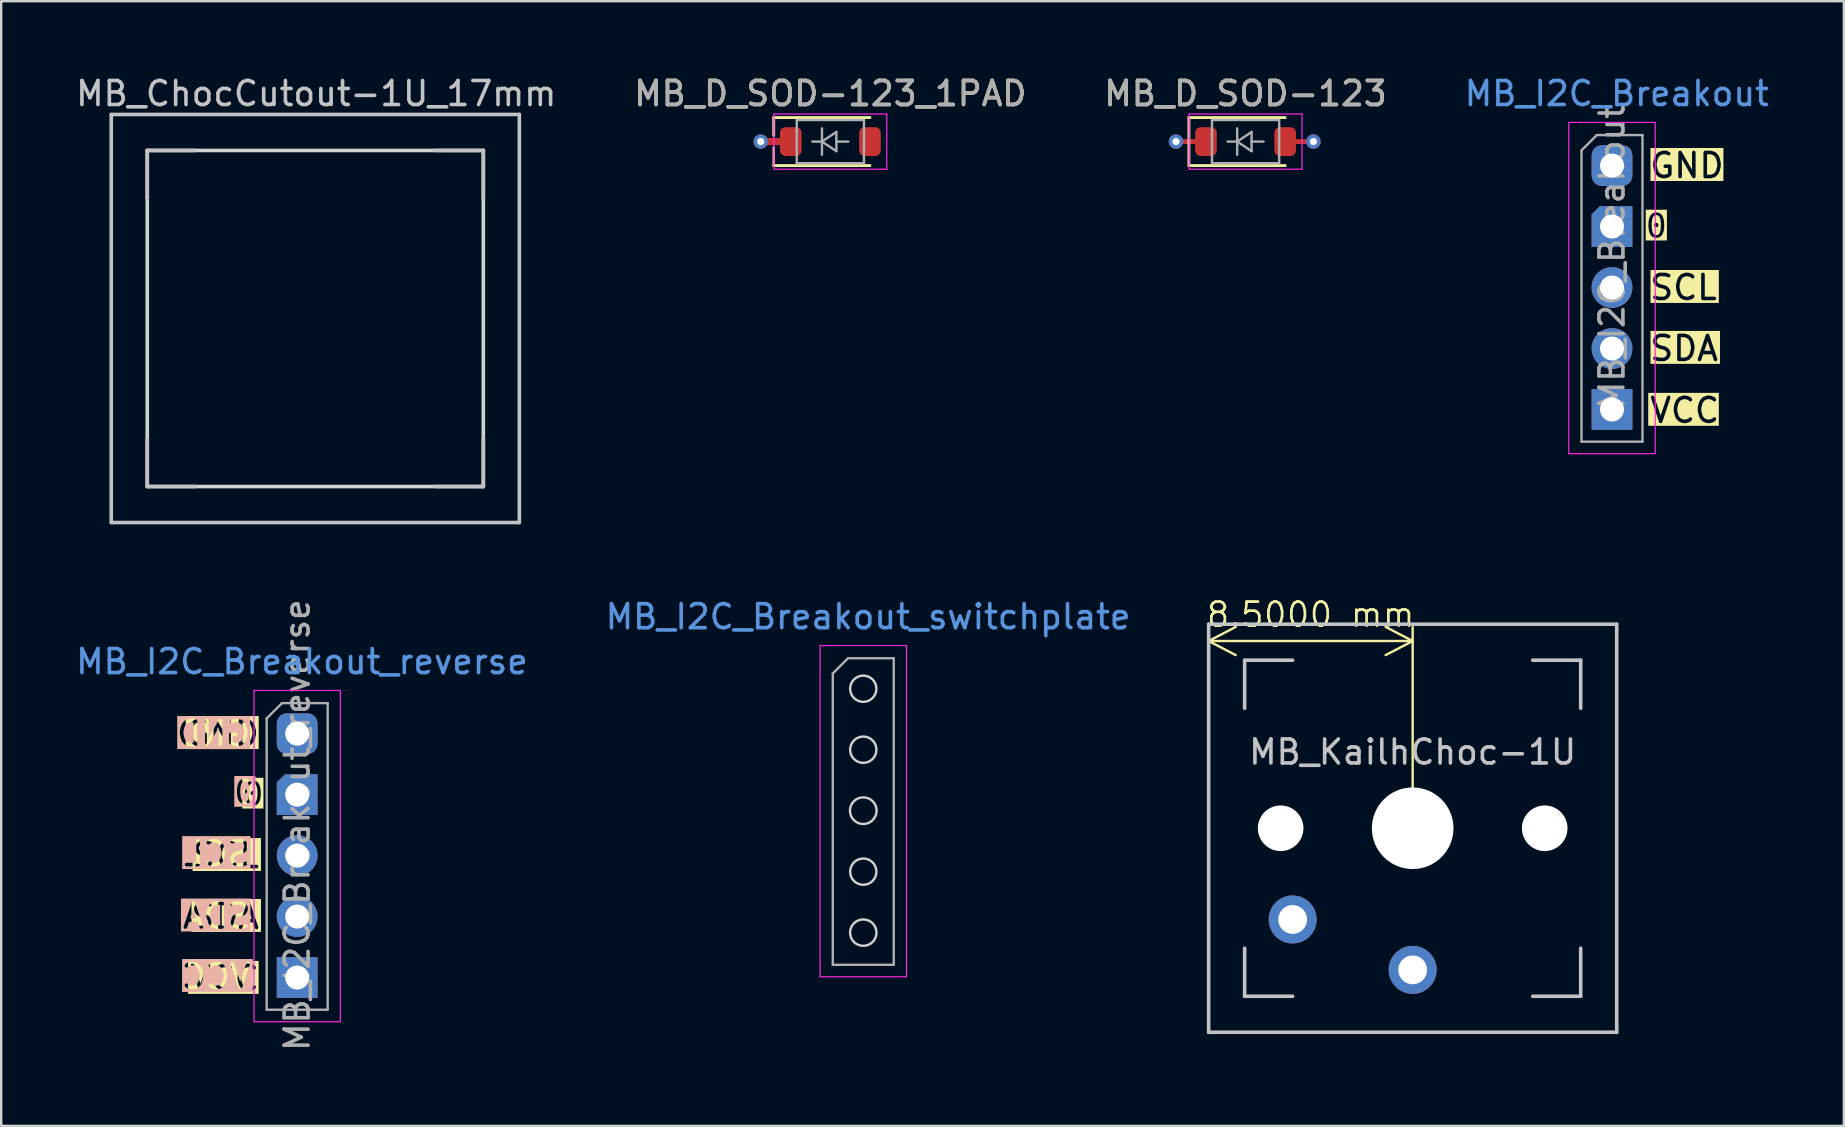
<source format=kicad_pcb>
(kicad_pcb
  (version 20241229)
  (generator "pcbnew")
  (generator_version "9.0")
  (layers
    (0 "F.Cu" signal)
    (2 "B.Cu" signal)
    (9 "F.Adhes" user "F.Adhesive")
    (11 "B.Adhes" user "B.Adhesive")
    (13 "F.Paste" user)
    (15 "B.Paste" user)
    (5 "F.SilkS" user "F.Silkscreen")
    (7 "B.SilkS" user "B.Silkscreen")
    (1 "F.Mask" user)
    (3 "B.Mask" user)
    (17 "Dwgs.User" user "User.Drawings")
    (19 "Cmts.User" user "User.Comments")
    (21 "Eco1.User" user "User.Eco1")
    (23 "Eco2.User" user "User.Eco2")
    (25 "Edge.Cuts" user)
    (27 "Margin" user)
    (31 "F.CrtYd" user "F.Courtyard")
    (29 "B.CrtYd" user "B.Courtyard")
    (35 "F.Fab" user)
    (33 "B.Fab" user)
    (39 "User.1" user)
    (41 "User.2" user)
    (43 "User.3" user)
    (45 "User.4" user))
  (footprint "MB_I2C_Breakout_switchplate"
    (layer "F.Cu")
    (at 32.913 25.642)
    (property "Reference" "MB_I2C_Breakout_switchplate" (at 0.2 -3 0) (layer "Cmts.User") (effects (font (size 1 1) (thickness 0.15))))
    (attr through_hole)
    (fp_circle (center 0 0) (end 0.547 0) (stroke (width 0.1) (type default)) (fill no) (layer "Edge.Cuts"))
    (fp_circle (center 0 2.54) (end 0.548 2.54) (stroke (width 0.1) (type default)) (fill no) (layer "Edge.Cuts"))
    (fp_circle (center 0 5.08) (end 0.555 5.08) (stroke (width 0.1) (type default)) (fill no) (layer "Edge.Cuts"))
    (fp_circle (center 0 7.62) (end 0.547 7.62) (stroke (width 0.1) (type default)) (fill no) (layer "Edge.Cuts"))
    (fp_circle (center 0 10.16) (end 0.55 10.16) (stroke (width 0.1) (type default)) (fill no) (layer "Edge.Cuts"))
    (fp_line (start -1.8 -1.8) (end -1.8 12) (stroke (width 0.05) (type solid)) (layer "F.CrtYd"))
    (fp_line (start -1.8 12) (end 1.8 12) (stroke (width 0.05) (type solid)) (layer "F.CrtYd"))
    (fp_line (start 1.8 -1.8) (end -1.8 -1.8) (stroke (width 0.05) (type solid)) (layer "F.CrtYd"))
    (fp_line (start 1.8 12) (end 1.8 -1.8) (stroke (width 0.05) (type solid)) (layer "F.CrtYd"))
    (fp_line (start -1.27 -0.635) (end -0.635 -1.27) (stroke (width 0.1) (type solid)) (layer "F.Fab"))
    (fp_line (start -1.27 11.5) (end -1.27 -0.635) (stroke (width 0.1) (type solid)) (layer "F.Fab"))
    (fp_line (start -0.635 -1.27) (end 1.27 -1.27) (stroke (width 0.1) (type solid)) (layer "F.Fab"))
    (fp_line (start 1.27 -1.27) (end 1.27 11.5) (stroke (width 0.1) (type solid)) (layer "F.Fab"))
    (fp_line (start 1.27 11.5) (end -1.27 11.5) (stroke (width 0.1) (type solid)) (layer "F.Fab")))
  (footprint "MB_I2C_Breakout"
    (layer "F.Cu")
    (at 64.104 3.848)
    (property "Reference" "MB_I2C_Breakout" (at 0.2 -3 0) (layer "Cmts.User") (effects (font (size 1 1) (thickness 0.15))))
    (attr through_hole)
    (fp_line (start -1.8 -1.8) (end -1.8 12) (stroke (width 0.05) (type solid)) (layer "F.CrtYd"))
    (fp_line (start -1.8 12) (end 1.8 12) (stroke (width 0.05) (type solid)) (layer "F.CrtYd"))
    (fp_line (start 1.8 -1.8) (end -1.8 -1.8) (stroke (width 0.05) (type solid)) (layer "F.CrtYd"))
    (fp_line (start 1.8 12) (end 1.8 -1.8) (stroke (width 0.05) (type solid)) (layer "F.CrtYd"))
    (fp_line (start -1.27 -0.635) (end -0.635 -1.27) (stroke (width 0.1) (type solid)) (layer "F.Fab"))
    (fp_line (start -1.27 11.5) (end -1.27 -0.635) (stroke (width 0.1) (type solid)) (layer "F.Fab"))
    (fp_line (start -0.635 -1.27) (end 1.27 -1.27) (stroke (width 0.1) (type solid)) (layer "F.Fab"))
    (fp_line (start 1.27 -1.27) (end 1.27 11.5) (stroke (width 0.1) (type solid)) (layer "F.Fab"))
    (fp_line (start 1.27 11.5) (end -1.27 11.5) (stroke (width 0.1) (type solid)) (layer "F.Fab"))
    (fp_text user "0" (at 1.425 2.575 0) (unlocked yes) (layer "F.SilkS" knockout) (effects (font (face "Consolas") (size 1 1) (thickness 0.15)) (justify left)))
    (fp_text user "GND" (at 1.5 0 0) (unlocked yes) (layer "F.SilkS" knockout) (effects (font (size 1 1) (thickness 0.15)) (justify left)))
    (fp_text user "SCL" (at 1.5 5.08 0) (unlocked yes) (layer "F.SilkS" knockout) (effects (font (size 1 1) (thickness 0.15)) (justify left)))
    (fp_text user "VCC" (at 1.5 10.2 0) (unlocked yes) (layer "F.SilkS" knockout) (effects (font (size 1 1) (thickness 0.15)) (justify left)))
    (fp_text user "SDA" (at 1.5 7.62 0) (unlocked yes) (layer "F.SilkS" knockout) (effects (font (size 1 1) (thickness 0.15)) (justify left)))
    (fp_text user "${REFERENCE}" (at 0 3.81 90) (layer "F.Fab") (effects (font (size 1 1) (thickness 0.15))))
    (pad "1" thru_hole roundrect (at 0 0) (size 1.7 1.7) (drill 1) (layers "*.Cu" "*.Mask") (roundrect_rratio 0.25))
    (pad "2" thru_hole roundrect (at 0 2.54) (size 1.7 1.7) (drill 1) (layers "*.Cu" "*.Mask") (roundrect_rratio 0) (chamfer_ratio 0.2) (chamfer top_left))
    (pad "3" thru_hole oval (at 0 5.08) (size 1.7 1.7) (drill 1) (layers "*.Cu" "*.Mask"))
    (pad "4" thru_hole oval (at 0 7.62) (size 1.7 1.7) (drill 1) (layers "*.Cu" "*.Mask"))
    (pad "5" thru_hole rect (at 0 10.16) (size 1.7 1.7) (drill 1) (layers "*.Cu" "*.Mask")))
  (footprint "MB_KailhChoc-1U"
    (layer "F.Cu")
    (at 55.1 34.154)
    (property "Reference" "MB_KailhChoc-1U" (at 0.7 -5.875 180) (layer "Dwgs.User") (effects (font (size 1 1) (thickness 0.15))))
    (attr through_hole)
    (fp_line (start -7.8 -11.2) (end 9.2 -11.2) (stroke (width 0.15) (type solid)) (layer "Dwgs.User"))
    (fp_line (start -7.8 5.8) (end -7.8 -11.2) (stroke (width 0.15) (type solid)) (layer "Dwgs.User"))
    (fp_line (start -6.3 -9.7) (end -6.3 -7.7) (stroke (width 0.15) (type solid)) (layer "Dwgs.User"))
    (fp_line (start -6.3 4.3) (end -6.3 2.3) (stroke (width 0.15) (type solid)) (layer "Dwgs.User"))
    (fp_line (start -4.3 -9.7) (end -6.3 -9.7) (stroke (width 0.15) (type solid)) (layer "Dwgs.User"))
    (fp_line (start -4.3 4.3) (end -6.3 4.3) (stroke (width 0.15) (type solid)) (layer "Dwgs.User"))
    (fp_line (start 5.7 4.3) (end 7.7 4.3) (stroke (width 0.15) (type solid)) (layer "Dwgs.User"))
    (fp_line (start 7.7 -9.7) (end 5.7 -9.7) (stroke (width 0.15) (type solid)) (layer "Dwgs.User"))
    (fp_line (start 7.7 -7.7) (end 7.7 -9.7) (stroke (width 0.15) (type solid)) (layer "Dwgs.User"))
    (fp_line (start 7.7 4.3) (end 7.7 2.3) (stroke (width 0.15) (type solid)) (layer "Dwgs.User"))
    (fp_line (start 9.2 -11.2) (end 9.2 5.8) (stroke (width 0.15) (type solid)) (layer "Dwgs.User"))
    (fp_line (start 9.2 5.8) (end -7.8 5.8) (stroke (width 0.15) (type solid)) (layer "Dwgs.User"))
    (dimension (type aligned) (layer "F.SilkS") (pts (xy 55.8 31.454) (xy 47.3 31.454)) (height 7.8) (format (prefix "") (suffix "") (units 3) (units_format 1) (precision 4)) (style (thickness 0.1) (arrow_length 1.27) (text_position_mode 0) (arrow_direction outward) (extension_height 0.586) (extension_offset 0.5) (keep_text_aligned yes)) (gr_text "8.5000 mm" (at 51.55 22.554 0) (layer "F.SilkS") (effects (font (size 1 1) (thickness 0.1)))))
    (pad "" np_thru_hole circle (at -4.8 -2.7 228.1) (size 1.9 1.9) (drill 1.9) (layers "*.Cu" "*.Mask"))
    (pad "" np_thru_hole circle (at 0.7 -2.7 180) (size 3.4 3.4) (drill 3.4) (layers "*.Cu" "*.Mask"))
    (pad "" np_thru_hole circle (at 6.2 -2.7 228.1) (size 1.9 1.9) (drill 1.9) (layers "*.Cu" "*.Mask"))
    (pad "1" thru_hole circle (at 0.7 3.2 180) (size 2 2) (drill 1.2) (layers "*.Cu" "B.Mask"))
    (pad "2" thru_hole circle (at -4.3 1.1 180) (size 2 2) (drill 1.2) (layers "*.Cu" "B.Mask")))
  (footprint "MB_D_SOD-123"
    (layer "F.Cu")
    (at 48.839 2.848)
    (property "Reference" "MB_D_SOD-123" (at 0 -2 0) (layer "F.SilkS") (effects (font (size 1 1) (thickness 0.15))))
    (attr smd)
    (fp_line (start -2.6 0) (end -1.85 0) (stroke (width 0.2) (type default)) (layer "F.Cu"))
    (fp_line (start 2.525 0) (end 1.775 0) (stroke (width 0.2) (type default)) (layer "F.Cu"))
    (fp_line (start -2.36 -1) (end -2.36 1) (stroke (width 0.12) (type solid)) (layer "F.SilkS"))
    (fp_line (start -2.36 -1) (end 1.65 -1) (stroke (width 0.12) (type solid)) (layer "F.SilkS"))
    (fp_line (start -2.36 1) (end 1.65 1) (stroke (width 0.12) (type solid)) (layer "F.SilkS"))
    (fp_line (start -2.35 -1.15) (end -2.35 1.15) (stroke (width 0.05) (type solid)) (layer "F.CrtYd"))
    (fp_line (start -2.35 -1.15) (end 2.35 -1.15) (stroke (width 0.05) (type solid)) (layer "F.CrtYd"))
    (fp_line (start 2.35 -1.15) (end 2.35 1.15) (stroke (width 0.05) (type solid)) (layer "F.CrtYd"))
    (fp_line (start 2.35 1.15) (end -2.35 1.15) (stroke (width 0.05) (type solid)) (layer "F.CrtYd"))
    (fp_line (start -1.4 -0.9) (end 1.4 -0.9) (stroke (width 0.1) (type solid)) (layer "F.Fab"))
    (fp_line (start -1.4 0.9) (end -1.4 -0.9) (stroke (width 0.1) (type solid)) (layer "F.Fab"))
    (fp_line (start -0.75 0) (end -0.35 0) (stroke (width 0.1) (type solid)) (layer "F.Fab"))
    (fp_line (start -0.35 0) (end -0.35 -0.55) (stroke (width 0.1) (type solid)) (layer "F.Fab"))
    (fp_line (start -0.35 0) (end -0.35 0.55) (stroke (width 0.1) (type solid)) (layer "F.Fab"))
    (fp_line (start -0.35 0) (end 0.25 -0.4) (stroke (width 0.1) (type solid)) (layer "F.Fab"))
    (fp_line (start 0.25 -0.4) (end 0.25 0.4) (stroke (width 0.1) (type solid)) (layer "F.Fab"))
    (fp_line (start 0.25 0) (end 0.75 0) (stroke (width 0.1) (type solid)) (layer "F.Fab"))
    (fp_line (start 0.25 0.4) (end -0.35 0) (stroke (width 0.1) (type solid)) (layer "F.Fab"))
    (fp_line (start 1.4 -0.9) (end 1.4 0.9) (stroke (width 0.1) (type solid)) (layer "F.Fab"))
    (fp_line (start 1.4 0.9) (end -1.4 0.9) (stroke (width 0.1) (type solid)) (layer "F.Fab"))
    (fp_text user "${REFERENCE}" (at 0 -2 0) (layer "F.Fab") (effects (font (size 1 1) (thickness 0.15))))
    (pad "1" thru_hole circle (at -2.9 0) (size 0.6 0.6) (drill 0.3) (layers "*.Cu"))
    (pad "1" smd roundrect (at -1.65 0) (size 0.9 1.2) (layers "F.Cu" "F.Mask" "F.Paste") (roundrect_rratio 0.25))
    (pad "2" smd roundrect (at 1.65 0) (size 0.9 1.2) (layers "F.Cu" "F.Mask" "F.Paste") (roundrect_rratio 0.25))
    (pad "2" thru_hole circle (at 2.825 0 180) (size 0.6 0.6) (drill 0.3) (layers "*.Cu")))
  (footprint "MB_D_SOD-123_1PAD"
    (layer "F.Cu")
    (at 31.542 2.848)
    (property "Reference" "MB_D_SOD-123_1PAD" (at 0 -2 0) (layer "F.SilkS") (effects (font (size 1 1) (thickness 0.15))))
    (attr smd)
    (fp_line (start -2.36 -1) (end -2.36 -0.254) (stroke (width 0.12) (type solid)) (layer "F.SilkS"))
    (fp_line (start -2.36 -1) (end 1.65 -1) (stroke (width 0.12) (type solid)) (layer "F.SilkS"))
    (fp_line (start -2.36 1) (end -2.36 0.24) (stroke (width 0.1) (type default)) (layer "F.SilkS"))
    (fp_line (start -2.36 1) (end 1.65 1) (stroke (width 0.12) (type solid)) (layer "F.SilkS"))
    (fp_line (start -2.35 -1.15) (end -2.35 1.15) (stroke (width 0.05) (type solid)) (layer "F.CrtYd"))
    (fp_line (start -2.35 -1.15) (end 2.35 -1.15) (stroke (width 0.05) (type solid)) (layer "F.CrtYd"))
    (fp_line (start 2.35 -1.15) (end 2.35 1.15) (stroke (width 0.05) (type solid)) (layer "F.CrtYd"))
    (fp_line (start 2.35 1.15) (end -2.35 1.15) (stroke (width 0.05) (type solid)) (layer "F.CrtYd"))
    (fp_line (start -1.4 -0.9) (end 1.4 -0.9) (stroke (width 0.1) (type solid)) (layer "F.Fab"))
    (fp_line (start -1.4 0.9) (end -1.4 -0.9) (stroke (width 0.1) (type solid)) (layer "F.Fab"))
    (fp_line (start -0.75 0) (end -0.35 0) (stroke (width 0.1) (type solid)) (layer "F.Fab"))
    (fp_line (start -0.35 0) (end -0.35 -0.55) (stroke (width 0.1) (type solid)) (layer "F.Fab"))
    (fp_line (start -0.35 0) (end -0.35 0.55) (stroke (width 0.1) (type solid)) (layer "F.Fab"))
    (fp_line (start -0.35 0) (end 0.25 -0.4) (stroke (width 0.1) (type solid)) (layer "F.Fab"))
    (fp_line (start 0.25 -0.4) (end 0.25 0.4) (stroke (width 0.1) (type solid)) (layer "F.Fab"))
    (fp_line (start 0.25 0) (end 0.75 0) (stroke (width 0.1) (type solid)) (layer "F.Fab"))
    (fp_line (start 0.25 0.4) (end -0.35 0) (stroke (width 0.1) (type solid)) (layer "F.Fab"))
    (fp_line (start 1.4 -0.9) (end 1.4 0.9) (stroke (width 0.1) (type solid)) (layer "F.Fab"))
    (fp_line (start 1.4 0.9) (end -1.4 0.9) (stroke (width 0.1) (type solid)) (layer "F.Fab"))
    (fp_text user "${REFERENCE}" (at 0 -2 0) (layer "F.Fab") (effects (font (size 1 1) (thickness 0.15))))
    (pad "1" thru_hole circle (at -2.9 0) (size 0.6 0.6) (drill 0.3) (layers "*.Cu"))
    (pad "1" smd rect (at -2.237 0) (size 1.275 0.3) (layers "F.Cu" "F.Mask" "F.Paste"))
    (pad "1" smd roundrect (at -1.65 0) (size 0.9 1.2) (layers "F.Cu" "F.Mask" "F.Paste") (roundrect_rratio 0.25))
    (pad "2" smd roundrect (at 1.65 0) (size 0.9 1.2) (layers "F.Cu" "F.Mask" "F.Paste") (roundrect_rratio 0.25)))
  (footprint "MB_ChocCutout-1U_17mm"
    (layer "F.Cu")
    (at 9.385 12.918)
    (property "Reference" "MB_ChocCutout-1U_17mm" (at 0.74 -12.07 180) (layer "Dwgs.User") (effects (font (size 1 1) (thickness 0.15))))
    (attr through_hole)
    (fp_line (start -7.8 -11.2) (end 9.2 -11.2) (stroke (width 0.15) (type solid)) (layer "Dwgs.User"))
    (fp_line (start -7.8 5.8) (end -7.8 -11.2) (stroke (width 0.15) (type solid)) (layer "Dwgs.User"))
    (fp_line (start -6.3 -9.7) (end -6.3 -7.7) (stroke (width 0.15) (type solid)) (layer "Dwgs.User"))
    (fp_line (start -6.3 4.3) (end -6.3 2.3) (stroke (width 0.15) (type solid)) (layer "Dwgs.User"))
    (fp_line (start -4.3 -9.7) (end -6.3 -9.7) (stroke (width 0.15) (type solid)) (layer "Dwgs.User"))
    (fp_line (start -4.3 4.3) (end -6.3 4.3) (stroke (width 0.15) (type solid)) (layer "Dwgs.User"))
    (fp_line (start 5.7 4.3) (end 7.7 4.3) (stroke (width 0.15) (type solid)) (layer "Dwgs.User"))
    (fp_line (start 7.7 -9.7) (end 5.7 -9.7) (stroke (width 0.15) (type solid)) (layer "Dwgs.User"))
    (fp_line (start 7.7 -7.7) (end 7.7 -9.7) (stroke (width 0.15) (type solid)) (layer "Dwgs.User"))
    (fp_line (start 7.7 4.3) (end 7.7 2.3) (stroke (width 0.15) (type solid)) (layer "Dwgs.User"))
    (fp_line (start 9.2 -11.2) (end 9.2 5.8) (stroke (width 0.15) (type solid)) (layer "Dwgs.User"))
    (fp_line (start 9.2 5.8) (end -7.8 5.8) (stroke (width 0.15) (type solid)) (layer "Dwgs.User"))
    (fp_line (start -6.3 -9.7) (end 7.7 -9.7) (stroke (width 0.15) (type default)) (layer "Edge.Cuts"))
    (fp_line (start -6.3 4.3) (end -6.3 -9.7) (stroke (width 0.15) (type default)) (layer "Edge.Cuts"))
    (fp_line (start 7.7 -9.7) (end 7.7 4.3) (stroke (width 0.15) (type default)) (layer "Edge.Cuts"))
    (fp_line (start 7.7 4.3) (end -6.3 4.3) (stroke (width 0.15) (type default)) (layer "Edge.Cuts")))
  (footprint "MB_I2C_Breakout_reverse"
    (layer "F.Cu")
    (at 9.33 27.513)
    (property "Reference" "MB_I2C_Breakout_reverse" (at 0.2 -3 0) (layer "Cmts.User") (effects (font (size 1 1) (thickness 0.15))))
    (attr through_hole)
    (fp_line (start -1.8 -1.8) (end -1.8 12) (stroke (width 0.05) (type solid)) (layer "F.CrtYd"))
    (fp_line (start -1.8 12) (end 1.8 12) (stroke (width 0.05) (type solid)) (layer "F.CrtYd"))
    (fp_line (start 1.8 -1.8) (end -1.8 -1.8) (stroke (width 0.05) (type solid)) (layer "F.CrtYd"))
    (fp_line (start 1.8 12) (end 1.8 -1.8) (stroke (width 0.05) (type solid)) (layer "F.CrtYd"))
    (fp_line (start -1.27 -0.635) (end -0.635 -1.27) (stroke (width 0.1) (type solid)) (layer "F.Fab"))
    (fp_line (start -1.27 11.5) (end -1.27 -0.635) (stroke (width 0.1) (type solid)) (layer "F.Fab"))
    (fp_line (start -0.635 -1.27) (end 1.27 -1.27) (stroke (width 0.1) (type solid)) (layer "F.Fab"))
    (fp_line (start 1.27 -1.27) (end 1.27 11.5) (stroke (width 0.1) (type solid)) (layer "F.Fab"))
    (fp_line (start 1.27 11.5) (end -1.27 11.5) (stroke (width 0.1) (type solid)) (layer "F.Fab"))
    (fp_text user "VCC" (at -1.5 10.2 0) (unlocked yes) (layer "F.SilkS" knockout) (effects (font (size 1 1) (thickness 0.15)) (justify right)))
    (fp_text user "GND" (at -1.5 0 0) (unlocked yes) (layer "F.SilkS" knockout) (effects (font (size 1 1) (thickness 0.15)) (justify right)))
    (fp_text user "SDA" (at -1.5 7.62 0) (unlocked yes) (layer "F.SilkS" knockout) (effects (font (size 1 1) (thickness 0.15)) (justify right)))
    (fp_text user "SCL" (at -1.5 5.08 0) (unlocked yes) (layer "F.SilkS" knockout) (effects (font (size 1 1) (thickness 0.15)) (justify right)))
    (fp_text user "0" (at -1.425 2.575 0) (unlocked yes) (layer "F.SilkS" knockout) (effects (font (face "Consolas") (size 1 1) (thickness 0.15)) (justify right)))
    (fp_text user "GND" (at -5.1 0 0) (unlocked yes) (layer "B.SilkS" knockout) (effects (font (size 1 1) (thickness 0.15)) (justify right mirror)))
    (fp_text user "SDA" (at -4.85 7.6 0) (unlocked yes) (layer "B.SilkS" knockout) (effects (font (size 1 1) (thickness 0.15)) (justify right mirror)))
    (fp_text user "0" (at -2.6 2.5 0) (unlocked yes) (layer "B.SilkS" knockout) (effects (font (face "Consolas") (size 1 1) (thickness 0.15)) (justify right mirror)))
    (fp_text user "VCC" (at -4.9 10.12 0) (unlocked yes) (layer "B.SilkS" knockout) (effects (font (size 1 1) (thickness 0.15)) (justify right mirror)))
    (fp_text user "SCL" (at -4.8 5 0) (unlocked yes) (layer "B.SilkS" knockout) (effects (font (size 1 1) (thickness 0.15)) (justify right mirror)))
    (fp_text user "${REFERENCE}" (at 0 3.81 90) (layer "F.Fab") (effects (font (size 1 1) (thickness 0.15))))
    (pad "1" thru_hole roundrect (at 0 0) (size 1.7 1.7) (drill 1) (layers "*.Cu" "*.Mask") (roundrect_rratio 0.25))
    (pad "2" thru_hole roundrect (at 0 2.54) (size 1.7 1.7) (drill 1) (layers "*.Cu" "*.Mask") (roundrect_rratio 0) (chamfer_ratio 0.2) (chamfer top_left))
    (pad "3" thru_hole oval (at 0 5.08) (size 1.7 1.7) (drill 1) (layers "*.Cu" "*.Mask"))
    (pad "4" thru_hole oval (at 0 7.62) (size 1.7 1.7) (drill 1) (layers "*.Cu" "*.Mask"))
    (pad "5" thru_hole rect (at 0 10.16) (size 1.7 1.7) (drill 1) (layers "*.Cu" "*.Mask")))
  (gr_rect
    (start -3 -3)
    (end 73.762 43.853)
    (stroke (width 0.1) (type default))
    (fill no)
    (layer "Edge.Cuts")))
</source>
